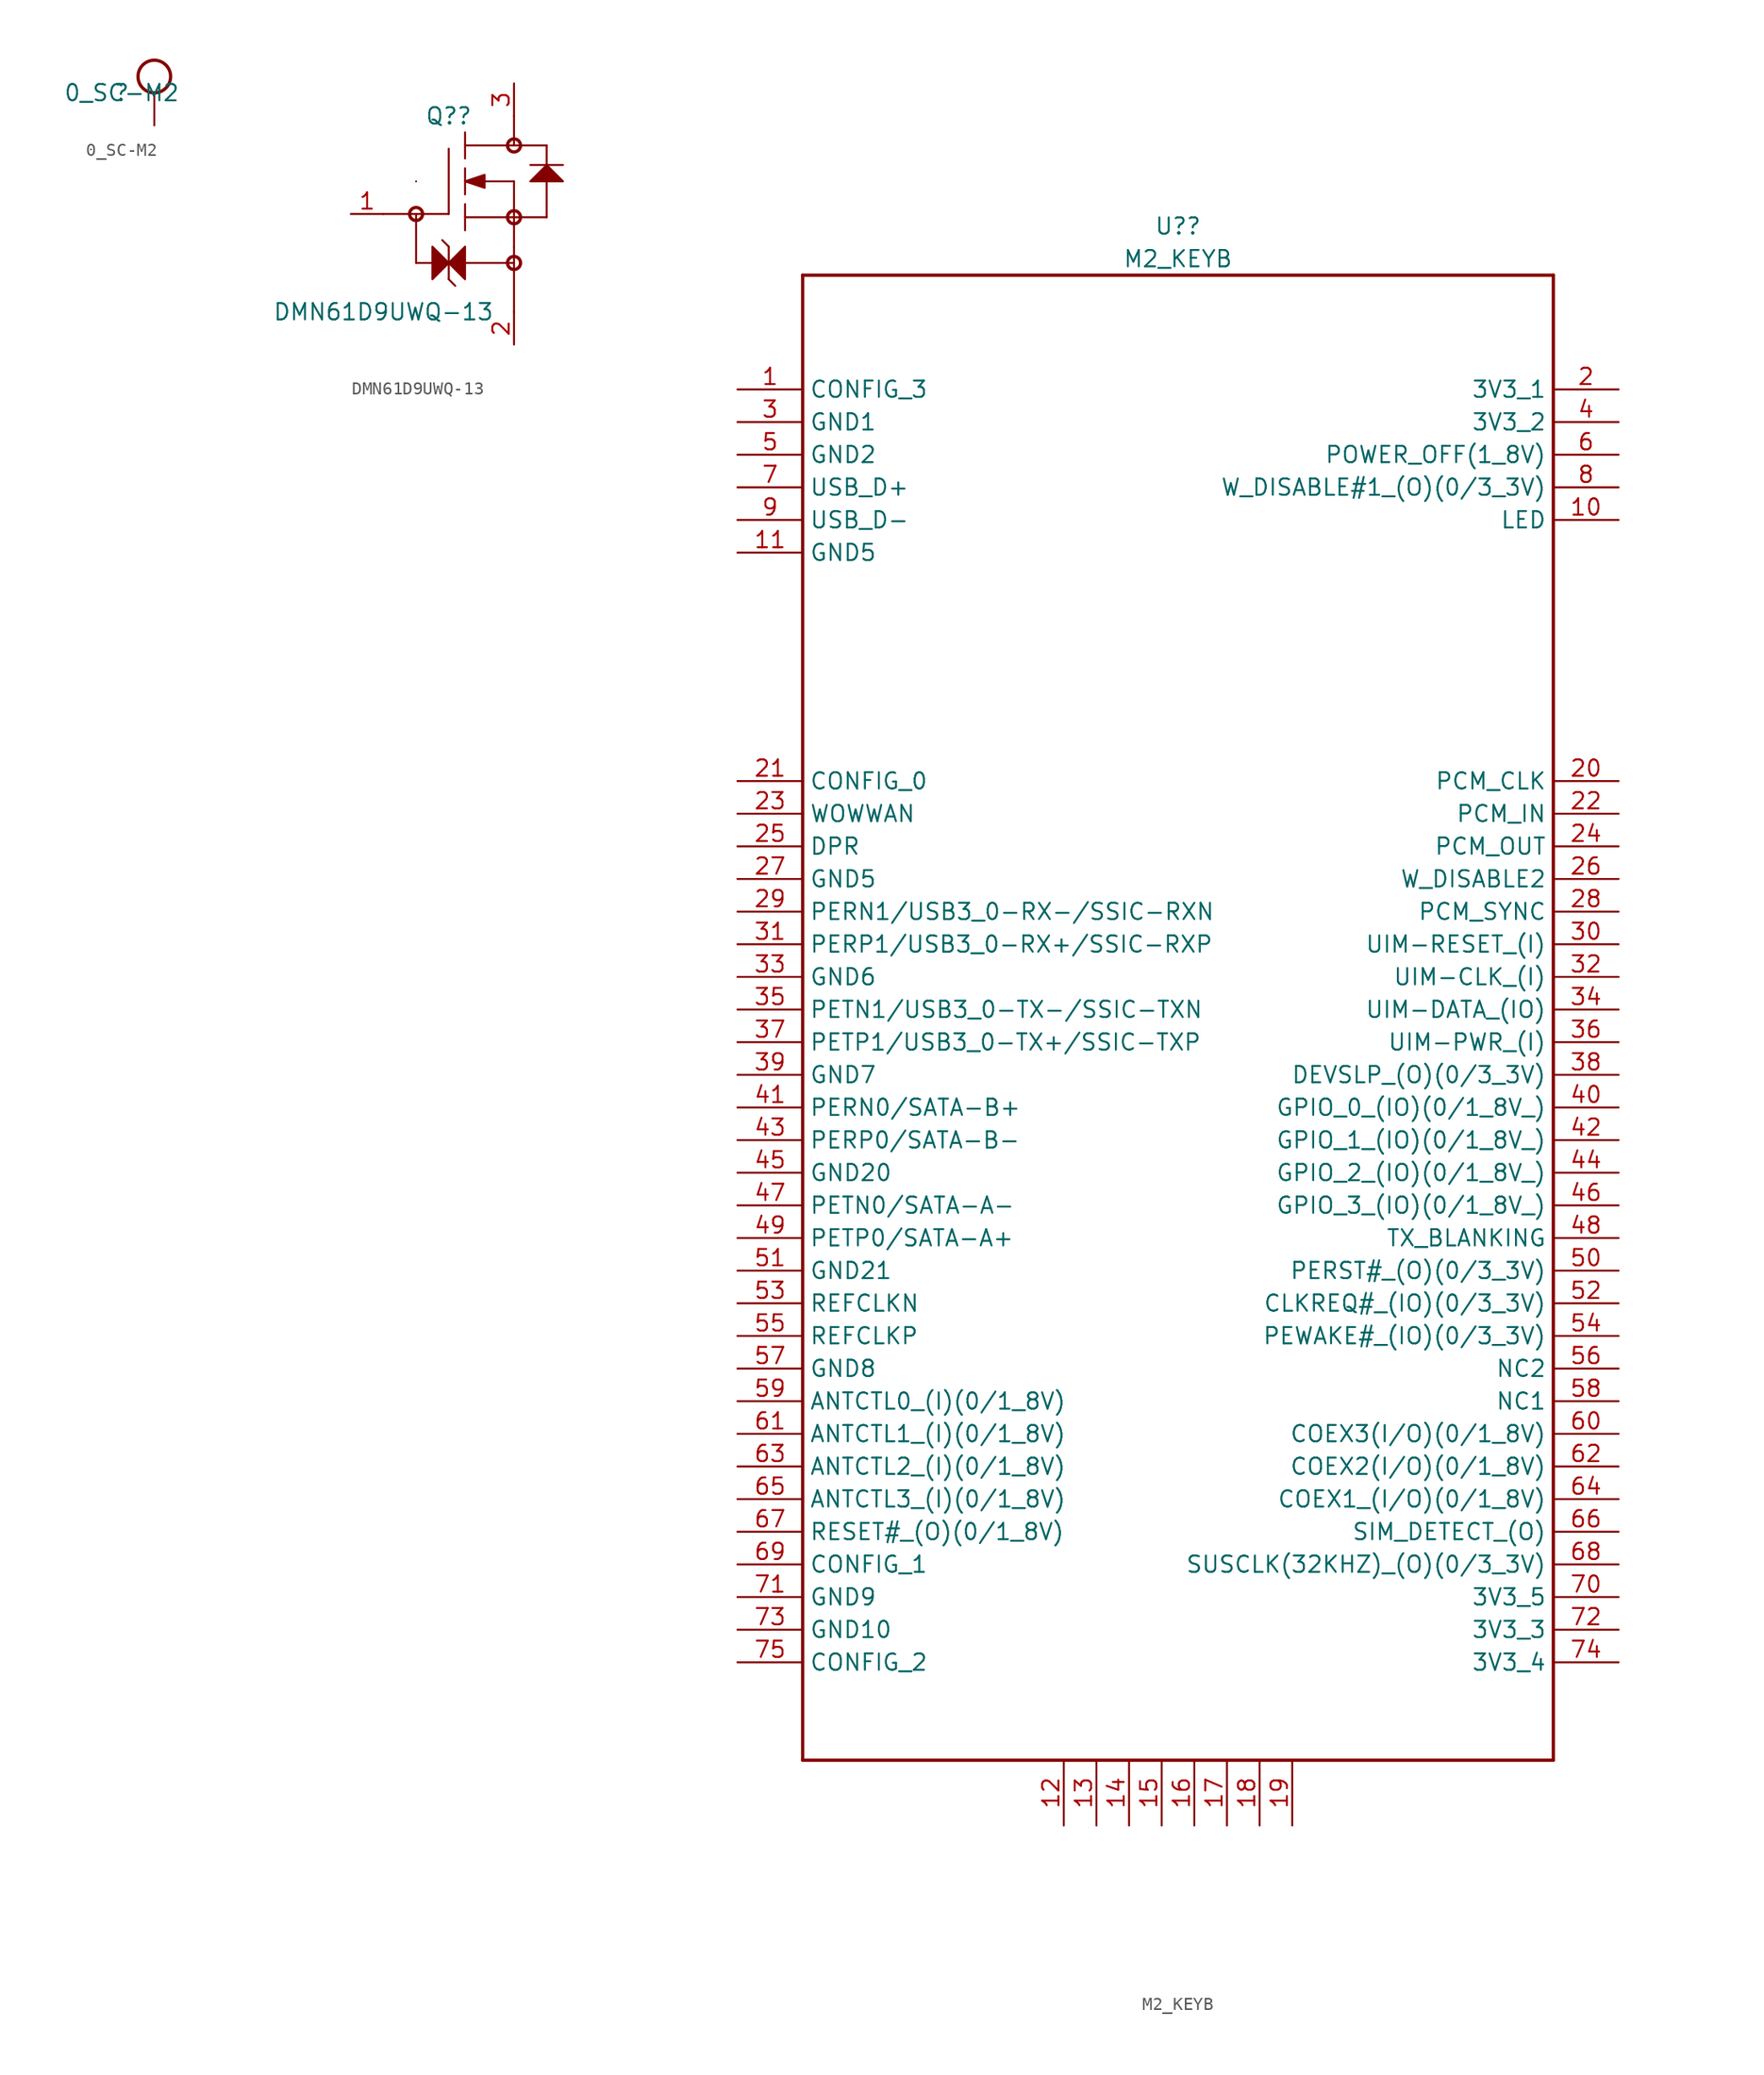
<source format=kicad_sym>
(kicad_symbol_lib
  (version 20211014)
  (generator kicad_symbol_editor)
  (symbol "0_SC-M2"
    (property "Reference" ""
      (at 0 0 0)
      (effects (font (size 1.27 1.27))))
    (property "Value" "0_SC-M2"
      (at 0 0 0)
      (effects (font (size 1.27 1.27))))
    (symbol "0_SC-M2_1_0"
      (circle (center 2.54 1.27) (radius 1.27) (stroke (width 0.254) (type default) (color 0 0 0 0)) (fill (type none)))
      (pin passive line (at 2.54 -2.54 90) (length 2.54) (name "PIN1" (effects (font (size 0 0)))) (number "1" (effects (font (size 0 0)))))))
  (symbol "DMN61D9UWQ-13"
    (property "Reference" "Q?"
      (at 5.08 15.24 0)
      (effects (font (size 1.27 1.27))))
    (property "Value" "DMN61D9UWQ-13"
      (at 0 0 0)
      (effects (font (size 1.27 1.27))))
    (symbol "DMN61D9UWQ-13_1_0"
      (polyline (pts (xy 0 7.62) (xy 5.08 7.62)) (stroke (width 0) (type default) (color 0 0 0 0)) (fill (type none)))
      (polyline (pts (xy 2.54 3.81) (xy 2.54 7.62)) (stroke (width 0) (type default) (color 0 0 0 0)) (fill (type none)))
      (polyline (pts (xy 2.54 10.16) (xy 2.54 10.16)) (stroke (width 0) (type default) (color 0 0 0 0)) (fill (type none)))
      (polyline (pts (xy 5.08 2.54) (xy 5.08 5.08)) (stroke (width 0) (type default) (color 0 0 0 0)) (fill (type none)))
      (polyline (pts (xy 5.08 2.54) (xy 5.588 2.032)) (stroke (width 0) (type default) (color 0 0 0 0)) (fill (type none)))
      (polyline (pts (xy 5.08 5.08) (xy 4.572 5.588)) (stroke (width 0) (type default) (color 0 0 0 0)) (fill (type none)))
      (polyline (pts (xy 5.08 12.7) (xy 5.08 7.62)) (stroke (width 0) (type default) (color 0 0 0 0)) (fill (type none)))
      (polyline (pts (xy 6.35 6.35) (xy 6.35 8.382)) (stroke (width 0) (type default) (color 0 0 0 0)) (fill (type none)))
      (polyline (pts (xy 6.35 7.366) (xy 12.7 7.366)) (stroke (width 0) (type default) (color 0 0 0 0)) (fill (type none)))
      (polyline (pts (xy 6.35 9.144) (xy 6.35 11.176)) (stroke (width 0) (type default) (color 0 0 0 0)) (fill (type none)))
      (polyline (pts (xy 6.35 11.938) (xy 6.35 13.97)) (stroke (width 0) (type default) (color 0 0 0 0)) (fill (type none)))
      (polyline (pts (xy 7.62 10.16) (xy 10.16 10.16)) (stroke (width 0) (type default) (color 0 0 0 0)) (fill (type none)))
      (polyline (pts (xy 10.16 3.81) (xy 2.54 3.81)) (stroke (width 0) (type default) (color 0 0 0 0)) (fill (type none)))
      (polyline (pts (xy 10.16 3.81) (xy 10.16 0)) (stroke (width 0) (type default) (color 0 0 0 0)) (fill (type none)))
      (polyline (pts (xy 10.16 5.08) (xy 10.16 3.81)) (stroke (width 0) (type default) (color 0 0 0 0)) (fill (type none)))
      (polyline (pts (xy 10.16 10.16) (xy 10.16 5.08)) (stroke (width 0) (type default) (color 0 0 0 0)) (fill (type none)))
      (polyline (pts (xy 10.16 15.24) (xy 10.16 12.954)) (stroke (width 0) (type default) (color 0 0 0 0)) (fill (type none)))
      (polyline (pts (xy 11.43 11.43) (xy 13.97 11.43)) (stroke (width 0) (type default) (color 0 0 0 0)) (fill (type none)))
      (polyline (pts (xy 12.7 7.366) (xy 12.7 10.16)) (stroke (width 0) (type default) (color 0 0 0 0)) (fill (type none)))
      (polyline (pts (xy 12.7 11.43) (xy 12.7 12.954)) (stroke (width 0) (type default) (color 0 0 0 0)) (fill (type none)))
      (polyline (pts (xy 12.7 12.954) (xy 6.35 12.954)) (stroke (width 0) (type default) (color 0 0 0 0)) (fill (type none)))
      (polyline (pts (xy 3.81 2.54) (xy 3.81 5.08) (xy 5.08 3.81) (xy 3.81 2.54) (xy 3.81 2.54)) (stroke (width 0) (type default) (color 0 0 0 0)) (fill (type outline)))
      (polyline (pts (xy 6.35 2.54) (xy 6.35 5.08) (xy 5.08 3.81) (xy 6.35 2.54) (xy 6.35 2.54)) (stroke (width 0) (type default) (color 0 0 0 0)) (fill (type outline)))
      (polyline (pts (xy 6.35 10.16) (xy 7.874 10.668) (xy 7.874 9.652) (xy 6.35 10.16) (xy 6.35 10.16)) (stroke (width 0) (type default) (color 0 0 0 0)) (fill (type outline)))
      (polyline (pts (xy 11.43 10.16) (xy 13.97 10.16) (xy 12.7 11.43) (xy 11.43 10.16) (xy 11.43 10.16)) (stroke (width 0) (type default) (color 0 0 0 0)) (fill (type outline)))
      (circle (center 2.54 7.62) (radius 0.508) (stroke (width 0.254) (type default) (color 0 0 0 0)) (fill (type none)))
      (circle (center 10.16 3.81) (radius 0.508) (stroke (width 0.254) (type default) (color 0 0 0 0)) (fill (type none)))
      (circle (center 10.16 7.366) (radius 0.508) (stroke (width 0.254) (type default) (color 0 0 0 0)) (fill (type none)))
      (circle (center 10.16 12.954) (radius 0.508) (stroke (width 0.254) (type default) (color 0 0 0 0)) (fill (type none)))
      (pin input line (at -2.54 7.62 0) (length 2.54) (name "GATE" (effects (font (size 0 0)))) (number "1" (effects (font (size 1.27 1.27)))))
      (pin passive line (at 10.16 -2.54 90) (length 2.54) (name "D" (effects (font (size 0 0)))) (number "2" (effects (font (size 1.27 1.27)))))
      (pin passive line (at 10.16 17.78 270) (length 2.54) (name "S" (effects (font (size 0 0)))) (number "3" (effects (font (size 1.27 1.27)))))))
  (symbol "M2_KEYB"
    (property "Reference" "U?"
      (at 29.21 120.65 0)
      (effects (font (size 1.27 1.27))))
    (property "Value" "M2_KEYB"
      (at 29.21 118.11 0)
      (effects (font (size 1.27 1.27))))
    (symbol "M2_KEYB_1_0"
      (polyline (pts (xy 0 1.27) (xy 0 116.84)) (stroke (width 0.254) (type default) (color 0 0 0 0)) (fill (type none)))
      (polyline (pts (xy 0 116.84) (xy 58.42 116.84)) (stroke (width 0.254) (type default) (color 0 0 0 0)) (fill (type none)))
      (polyline (pts (xy 58.42 1.27) (xy 0 1.27)) (stroke (width 0.254) (type default) (color 0 0 0 0)) (fill (type none)))
      (polyline (pts (xy 58.42 116.84) (xy 58.42 1.27)) (stroke (width 0.254) (type default) (color 0 0 0 0)) (fill (type none)))
      (pin passive line (at -5.08 107.95 0) (length 5.08) (name "CONFIG_3" (effects (font (size 1.27 1.27)))) (number "1" (effects (font (size 1.27 1.27)))))
      (pin input line (at 63.5 97.79 180) (length 5.08) (name "LED" (effects (font (size 1.27 1.27)))) (number "10" (effects (font (size 1.27 1.27)))))
      (pin passive line (at -5.08 95.25 0) (length 5.08) (name "GND5" (effects (font (size 1.27 1.27)))) (number "11" (effects (font (size 1.27 1.27)))))
      (pin passive line (at 20.32 -3.81 90) (length 5.08) (name "12" (effects (font (size 0 0)))) (number "12" (effects (font (size 1.27 1.27)))))
      (pin passive line (at 22.86 -3.81 90) (length 5.08) (name "13" (effects (font (size 0 0)))) (number "13" (effects (font (size 1.27 1.27)))))
      (pin passive line (at 25.4 -3.81 90) (length 5.08) (name "14" (effects (font (size 0 0)))) (number "14" (effects (font (size 1.27 1.27)))))
      (pin passive line (at 27.94 -3.81 90) (length 5.08) (name "15" (effects (font (size 0 0)))) (number "15" (effects (font (size 1.27 1.27)))))
      (pin passive line (at 30.48 -3.81 90) (length 5.08) (name "16" (effects (font (size 0 0)))) (number "16" (effects (font (size 1.27 1.27)))))
      (pin passive line (at 33.02 -3.81 90) (length 5.08) (name "17" (effects (font (size 0 0)))) (number "17" (effects (font (size 1.27 1.27)))))
      (pin passive line (at 35.56 -3.81 90) (length 5.08) (name "18" (effects (font (size 0 0)))) (number "18" (effects (font (size 1.27 1.27)))))
      (pin passive line (at 38.1 -3.81 90) (length 5.08) (name "19" (effects (font (size 0 0)))) (number "19" (effects (font (size 1.27 1.27)))))
      (pin power_out line (at 63.5 107.95 180) (length 5.08) (name "3V3_1" (effects (font (size 1.27 1.27)))) (number "2" (effects (font (size 1.27 1.27)))))
      (pin bidirectional line (at 63.5 77.47 180) (length 5.08) (name "PCM_CLK" (effects (font (size 1.27 1.27)))) (number "20" (effects (font (size 1.27 1.27)))))
      (pin passive line (at -5.08 77.47 0) (length 5.08) (name "CONFIG_0" (effects (font (size 1.27 1.27)))) (number "21" (effects (font (size 1.27 1.27)))))
      (pin output line (at 63.5 74.93 180) (length 5.08) (name "PCM_IN" (effects (font (size 1.27 1.27)))) (number "22" (effects (font (size 1.27 1.27)))))
      (pin input line (at -5.08 74.93 0) (length 5.08) (name "WOWWAN" (effects (font (size 1.27 1.27)))) (number "23" (effects (font (size 1.27 1.27)))))
      (pin input line (at 63.5 72.39 180) (length 5.08) (name "PCM_OUT" (effects (font (size 1.27 1.27)))) (number "24" (effects (font (size 1.27 1.27)))))
      (pin bidirectional line (at -5.08 72.39 0) (length 5.08) (name "DPR" (effects (font (size 1.27 1.27)))) (number "25" (effects (font (size 1.27 1.27)))))
      (pin output line (at 63.5 69.85 180) (length 5.08) (name "W_DISABLE2" (effects (font (size 1.27 1.27)))) (number "26" (effects (font (size 1.27 1.27)))))
      (pin passive line (at -5.08 69.85 0) (length 5.08) (name "GND5" (effects (font (size 1.27 1.27)))) (number "27" (effects (font (size 1.27 1.27)))))
      (pin bidirectional line (at 63.5 67.31 180) (length 5.08) (name "PCM_SYNC" (effects (font (size 1.27 1.27)))) (number "28" (effects (font (size 1.27 1.27)))))
      (pin bidirectional line (at -5.08 67.31 0) (length 5.08) (name "PERN1/USB3_0-RX-/SSIC-RXN" (effects (font (size 1.27 1.27)))) (number "29" (effects (font (size 1.27 1.27)))))
      (pin power_out line (at -5.08 105.41 0) (length 5.08) (name "GND1" (effects (font (size 1.27 1.27)))) (number "3" (effects (font (size 1.27 1.27)))))
      (pin input line (at 63.5 64.77 180) (length 5.08) (name "UIM-RESET_(I)" (effects (font (size 1.27 1.27)))) (number "30" (effects (font (size 1.27 1.27)))))
      (pin bidirectional line (at -5.08 64.77 0) (length 5.08) (name "PERP1/USB3_0-RX+/SSIC-RXP" (effects (font (size 1.27 1.27)))) (number "31" (effects (font (size 1.27 1.27)))))
      (pin input line (at 63.5 62.23 180) (length 5.08) (name "UIM-CLK_(I)" (effects (font (size 1.27 1.27)))) (number "32" (effects (font (size 1.27 1.27)))))
      (pin passive line (at -5.08 62.23 0) (length 5.08) (name "GND6" (effects (font (size 1.27 1.27)))) (number "33" (effects (font (size 1.27 1.27)))))
      (pin bidirectional line (at 63.5 59.69 180) (length 5.08) (name "UIM-DATA_(IO)" (effects (font (size 1.27 1.27)))) (number "34" (effects (font (size 1.27 1.27)))))
      (pin bidirectional line (at -5.08 59.69 0) (length 5.08) (name "PETN1/USB3_0-TX-/SSIC-TXN" (effects (font (size 1.27 1.27)))) (number "35" (effects (font (size 1.27 1.27)))))
      (pin power_in line (at 63.5 57.15 180) (length 5.08) (name "UIM-PWR_(I)" (effects (font (size 1.27 1.27)))) (number "36" (effects (font (size 1.27 1.27)))))
      (pin bidirectional line (at -5.08 57.15 0) (length 5.08) (name "PETP1/USB3_0-TX+/SSIC-TXP" (effects (font (size 1.27 1.27)))) (number "37" (effects (font (size 1.27 1.27)))))
      (pin output line (at 63.5 54.61 180) (length 5.08) (name "DEVSLP_(O)(0/3_3V)" (effects (font (size 1.27 1.27)))) (number "38" (effects (font (size 1.27 1.27)))))
      (pin passive line (at -5.08 54.61 0) (length 5.08) (name "GND7" (effects (font (size 1.27 1.27)))) (number "39" (effects (font (size 1.27 1.27)))))
      (pin passive line (at 63.5 105.41 180) (length 5.08) (name "3V3_2" (effects (font (size 1.27 1.27)))) (number "4" (effects (font (size 1.27 1.27)))))
      (pin bidirectional line (at 63.5 52.07 180) (length 5.08) (name "GPIO_0_(IO)(0/1_8V_)" (effects (font (size 1.27 1.27)))) (number "40" (effects (font (size 1.27 1.27)))))
      (pin bidirectional line (at -5.08 52.07 0) (length 5.08) (name "PERN0/SATA-B+" (effects (font (size 1.27 1.27)))) (number "41" (effects (font (size 1.27 1.27)))))
      (pin bidirectional line (at 63.5 49.53 180) (length 5.08) (name "GPIO_1_(IO)(0/1_8V_)" (effects (font (size 1.27 1.27)))) (number "42" (effects (font (size 1.27 1.27)))))
      (pin bidirectional line (at -5.08 49.53 0) (length 5.08) (name "PERP0/SATA-B-" (effects (font (size 1.27 1.27)))) (number "43" (effects (font (size 1.27 1.27)))))
      (pin bidirectional line (at 63.5 46.99 180) (length 5.08) (name "GPIO_2_(IO)(0/1_8V_)" (effects (font (size 1.27 1.27)))) (number "44" (effects (font (size 1.27 1.27)))))
      (pin passive line (at -5.08 46.99 0) (length 5.08) (name "GND20" (effects (font (size 1.27 1.27)))) (number "45" (effects (font (size 1.27 1.27)))))
      (pin bidirectional line (at 63.5 44.45 180) (length 5.08) (name "GPIO_3_(IO)(0/1_8V_)" (effects (font (size 1.27 1.27)))) (number "46" (effects (font (size 1.27 1.27)))))
      (pin bidirectional line (at -5.08 44.45 0) (length 5.08) (name "PETN0/SATA-A-" (effects (font (size 1.27 1.27)))) (number "47" (effects (font (size 1.27 1.27)))))
      (pin passive line (at 63.5 41.91 180) (length 5.08) (name "TX_BLANKING" (effects (font (size 1.27 1.27)))) (number "48" (effects (font (size 1.27 1.27)))))
      (pin bidirectional line (at -5.08 41.91 0) (length 5.08) (name "PETP0/SATA-A+" (effects (font (size 1.27 1.27)))) (number "49" (effects (font (size 1.27 1.27)))))
      (pin passive line (at -5.08 102.87 0) (length 5.08) (name "GND2" (effects (font (size 1.27 1.27)))) (number "5" (effects (font (size 1.27 1.27)))))
      (pin output line (at 63.5 39.37 180) (length 5.08) (name "PERST#_(O)(0/3_3V)" (effects (font (size 1.27 1.27)))) (number "50" (effects (font (size 1.27 1.27)))))
      (pin passive line (at -5.08 39.37 0) (length 5.08) (name "GND21" (effects (font (size 1.27 1.27)))) (number "51" (effects (font (size 1.27 1.27)))))
      (pin bidirectional line (at 63.5 36.83 180) (length 5.08) (name "CLKREQ#_(IO)(0/3_3V)" (effects (font (size 1.27 1.27)))) (number "52" (effects (font (size 1.27 1.27)))))
      (pin input line (at -5.08 36.83 0) (length 5.08) (name "REFCLKN" (effects (font (size 1.27 1.27)))) (number "53" (effects (font (size 1.27 1.27)))))
      (pin bidirectional line (at 63.5 34.29 180) (length 5.08) (name "PEWAKE#_(IO)(0/3_3V)" (effects (font (size 1.27 1.27)))) (number "54" (effects (font (size 1.27 1.27)))))
      (pin input line (at -5.08 34.29 0) (length 5.08) (name "REFCLKP" (effects (font (size 1.27 1.27)))) (number "55" (effects (font (size 1.27 1.27)))))
      (pin passive line (at 63.5 31.75 180) (length 5.08) (name "NC2" (effects (font (size 1.27 1.27)))) (number "56" (effects (font (size 1.27 1.27)))))
      (pin passive line (at -5.08 31.75 0) (length 5.08) (name "GND8" (effects (font (size 1.27 1.27)))) (number "57" (effects (font (size 1.27 1.27)))))
      (pin passive line (at 63.5 29.21 180) (length 5.08) (name "NC1" (effects (font (size 1.27 1.27)))) (number "58" (effects (font (size 1.27 1.27)))))
      (pin input line (at -5.08 29.21 0) (length 5.08) (name "ANTCTL0_(I)(0/1_8V)" (effects (font (size 1.27 1.27)))) (number "59" (effects (font (size 1.27 1.27)))))
      (pin output line (at 63.5 102.87 180) (length 5.08) (name "POWER_OFF(1_8V)" (effects (font (size 1.27 1.27)))) (number "6" (effects (font (size 1.27 1.27)))))
      (pin bidirectional line (at 63.5 26.67 180) (length 5.08) (name "COEX3(I/O)(0/1_8V)" (effects (font (size 1.27 1.27)))) (number "60" (effects (font (size 1.27 1.27)))))
      (pin input line (at -5.08 26.67 0) (length 5.08) (name "ANTCTL1_(I)(0/1_8V)" (effects (font (size 1.27 1.27)))) (number "61" (effects (font (size 1.27 1.27)))))
      (pin bidirectional line (at 63.5 24.13 180) (length 5.08) (name "COEX2(I/O)(0/1_8V)" (effects (font (size 1.27 1.27)))) (number "62" (effects (font (size 1.27 1.27)))))
      (pin input line (at -5.08 24.13 0) (length 5.08) (name "ANTCTL2_(I)(0/1_8V)" (effects (font (size 1.27 1.27)))) (number "63" (effects (font (size 1.27 1.27)))))
      (pin bidirectional line (at 63.5 21.59 180) (length 5.08) (name "COEX1_(I/O)(0/1_8V)" (effects (font (size 1.27 1.27)))) (number "64" (effects (font (size 1.27 1.27)))))
      (pin input line (at -5.08 21.59 0) (length 5.08) (name "ANTCTL3_(I)(0/1_8V)" (effects (font (size 1.27 1.27)))) (number "65" (effects (font (size 1.27 1.27)))))
      (pin output line (at 63.5 19.05 180) (length 5.08) (name "SIM_DETECT_(O)" (effects (font (size 1.27 1.27)))) (number "66" (effects (font (size 1.27 1.27)))))
      (pin output line (at -5.08 19.05 0) (length 5.08) (name "RESET#_(O)(0/1_8V)" (effects (font (size 1.27 1.27)))) (number "67" (effects (font (size 1.27 1.27)))))
      (pin output line (at 63.5 16.51 180) (length 5.08) (name "SUSCLK(32KHZ)_(O)(0/3_3V)" (effects (font (size 1.27 1.27)))) (number "68" (effects (font (size 1.27 1.27)))))
      (pin passive line (at -5.08 16.51 0) (length 5.08) (name "CONFIG_1" (effects (font (size 1.27 1.27)))) (number "69" (effects (font (size 1.27 1.27)))))
      (pin bidirectional line (at -5.08 100.33 0) (length 5.08) (name "USB_D+" (effects (font (size 1.27 1.27)))) (number "7" (effects (font (size 1.27 1.27)))))
      (pin passive line (at 63.5 13.97 180) (length 5.08) (name "3V3_5" (effects (font (size 1.27 1.27)))) (number "70" (effects (font (size 1.27 1.27)))))
      (pin passive line (at -5.08 13.97 0) (length 5.08) (name "GND9" (effects (font (size 1.27 1.27)))) (number "71" (effects (font (size 1.27 1.27)))))
      (pin passive line (at 63.5 11.43 180) (length 5.08) (name "3V3_3" (effects (font (size 1.27 1.27)))) (number "72" (effects (font (size 1.27 1.27)))))
      (pin passive line (at -5.08 11.43 0) (length 5.08) (name "GND10" (effects (font (size 1.27 1.27)))) (number "73" (effects (font (size 1.27 1.27)))))
      (pin passive line (at 63.5 8.89 180) (length 5.08) (name "3V3_4" (effects (font (size 1.27 1.27)))) (number "74" (effects (font (size 1.27 1.27)))))
      (pin passive line (at -5.08 8.89 0) (length 5.08) (name "CONFIG_2" (effects (font (size 1.27 1.27)))) (number "75" (effects (font (size 1.27 1.27)))))
      (pin output line (at 63.5 100.33 180) (length 5.08) (name "W_DISABLE#1_(O)(0/3_3V)" (effects (font (size 1.27 1.27)))) (number "8" (effects (font (size 1.27 1.27)))))
      (pin bidirectional line (at -5.08 97.79 0) (length 5.08) (name "USB_D-" (effects (font (size 1.27 1.27)))) (number "9" (effects (font (size 1.27 1.27))))))))
</source>
